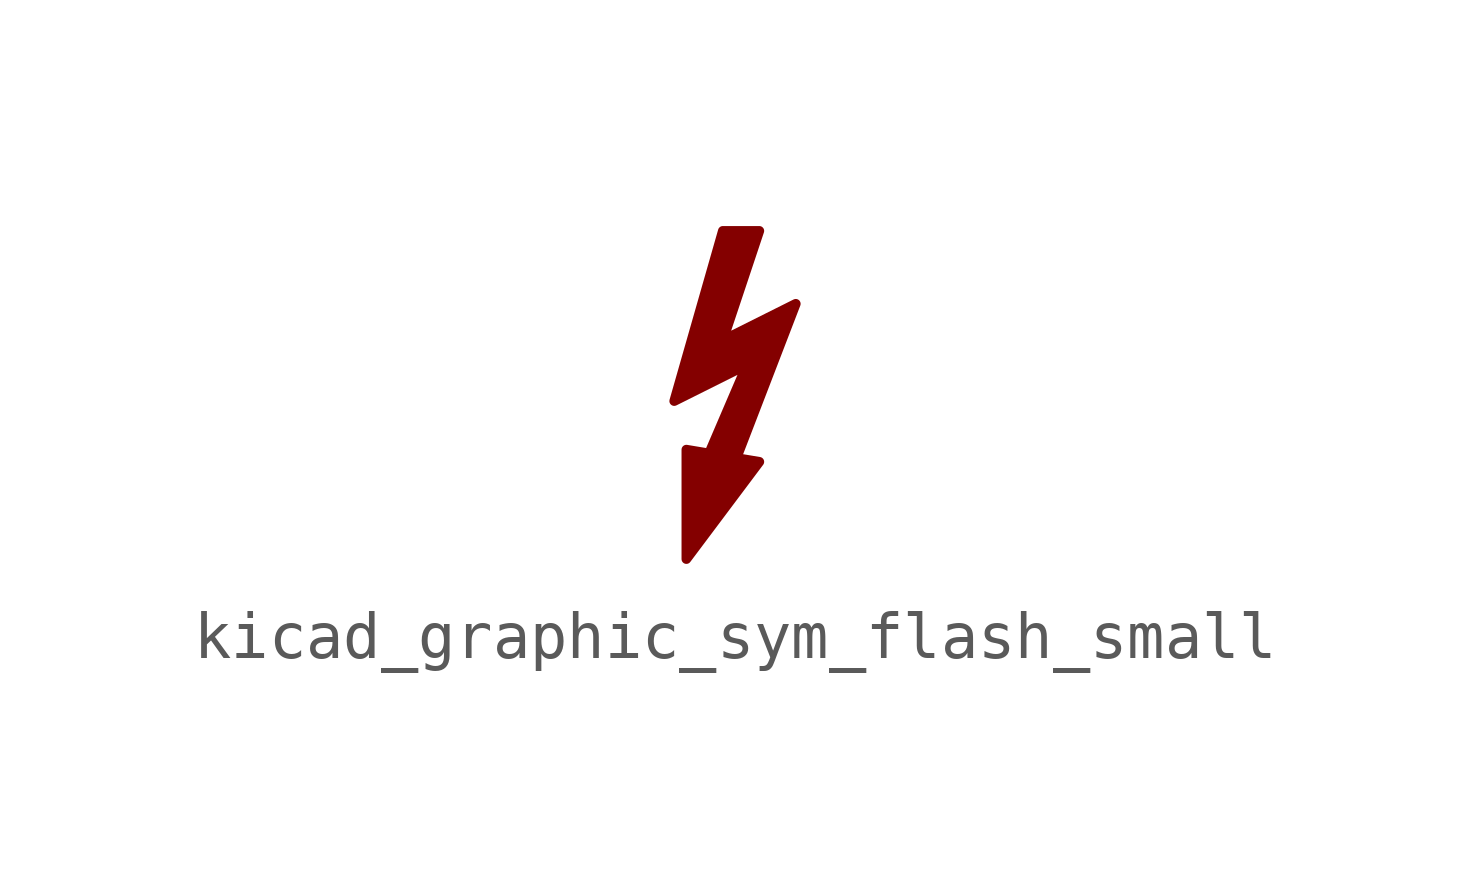
<source format=kicad_sym>
(kicad_symbol_lib
  (version 20220914)
  (generator kicad_symbol_editor)
  (symbol "kicad_graphic_sym_flash_small"
    (property "Reference" "#SYM"
      (at -2.286 0 90)
      (effects (font (size 1.27 1.27)) hide))
    (symbol "kicad_graphic_sym_flash_small_0_1"
      (polyline (pts (xy 0.508 -1.016) (xy -1.016 -0.762) (xy -1.016 -3.048) (xy 0.508 -1.016)) (stroke (width 0.203) (type default)) (fill (type outline)))
      (polyline (pts (xy -0.254 3.81) (xy 0.508 3.81) (xy -0.254 1.524) (xy 1.27 2.286) (xy 0 -1.016) (xy -0.508 -0.762) (xy 0.254 1.016) (xy -1.27 0.254) (xy -0.254 3.81)) (stroke (width 0.203) (type default)) (fill (type outline))))))
</source>
